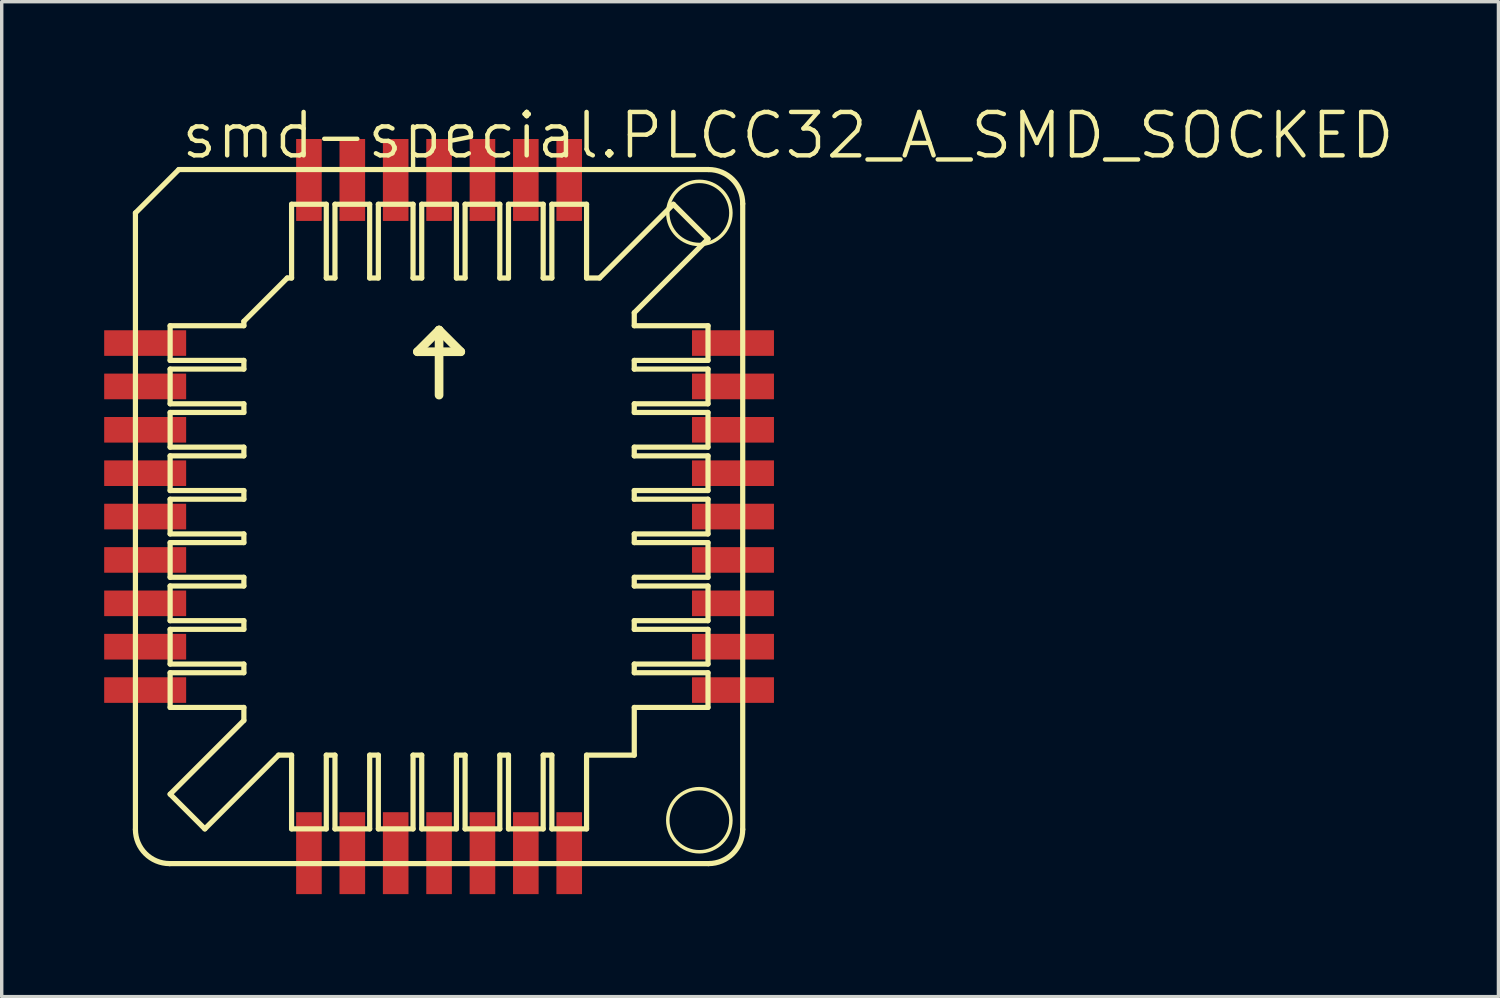
<source format=kicad_pcb>
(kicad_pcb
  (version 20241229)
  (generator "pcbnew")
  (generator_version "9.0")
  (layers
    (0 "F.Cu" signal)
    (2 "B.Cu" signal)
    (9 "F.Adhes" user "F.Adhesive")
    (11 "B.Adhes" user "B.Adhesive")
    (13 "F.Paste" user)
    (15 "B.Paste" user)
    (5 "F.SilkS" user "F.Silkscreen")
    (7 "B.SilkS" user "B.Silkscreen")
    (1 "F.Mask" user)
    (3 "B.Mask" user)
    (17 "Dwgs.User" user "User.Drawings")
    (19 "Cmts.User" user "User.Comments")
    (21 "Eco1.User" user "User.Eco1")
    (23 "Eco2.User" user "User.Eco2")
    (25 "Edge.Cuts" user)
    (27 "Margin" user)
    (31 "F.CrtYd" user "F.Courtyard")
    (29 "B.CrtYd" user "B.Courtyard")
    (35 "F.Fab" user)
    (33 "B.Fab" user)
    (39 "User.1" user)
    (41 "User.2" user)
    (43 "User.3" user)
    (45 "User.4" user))
  (footprint "smd-special.PLCC32_A_SMD_SOCKED"
    (layer "F.Cu")
    (at 9.805 12.074)
    (property "Reference" "smd-special.PLCC32_A_SMD_SOCKED" (at -7.62 -10.414 0) (layer "F.SilkS") (effects (font (size 1.27 1.27) (thickness 0.13)) (justify left bottom)))
    (attr smd)
    (fp_line (start -8.89 -8.89) (end -8.89 9.16) (stroke (width 0.152) (type default)) (layer "F.SilkS"))
    (fp_line (start -7.89 10.16) (end 7.89 10.16) (stroke (width 0.152) (type default)) (layer "F.SilkS"))
    (fp_line (start -7.874 -4.572) (end -7.874 -5.588) (stroke (width 0.152) (type default)) (layer "F.SilkS"))
    (fp_line (start -7.874 -4.572) (end -5.715 -4.572) (stroke (width 0.152) (type default)) (layer "F.SilkS"))
    (fp_line (start -7.874 -3.302) (end -7.874 -4.318) (stroke (width 0.152) (type default)) (layer "F.SilkS"))
    (fp_line (start -7.874 -3.302) (end -5.715 -3.302) (stroke (width 0.152) (type default)) (layer "F.SilkS"))
    (fp_line (start -7.874 -2.032) (end -7.874 -3.048) (stroke (width 0.152) (type default)) (layer "F.SilkS"))
    (fp_line (start -7.874 -2.032) (end -5.715 -2.032) (stroke (width 0.152) (type default)) (layer "F.SilkS"))
    (fp_line (start -7.874 -0.762) (end -7.874 -1.778) (stroke (width 0.152) (type default)) (layer "F.SilkS"))
    (fp_line (start -7.874 -0.762) (end -5.715 -0.762) (stroke (width 0.152) (type default)) (layer "F.SilkS"))
    (fp_line (start -7.874 0.508) (end -7.874 -0.508) (stroke (width 0.152) (type default)) (layer "F.SilkS"))
    (fp_line (start -7.874 0.508) (end -5.715 0.508) (stroke (width 0.152) (type default)) (layer "F.SilkS"))
    (fp_line (start -7.874 1.778) (end -7.874 0.762) (stroke (width 0.152) (type default)) (layer "F.SilkS"))
    (fp_line (start -7.874 1.778) (end -5.715 1.778) (stroke (width 0.152) (type default)) (layer "F.SilkS"))
    (fp_line (start -7.874 3.048) (end -7.874 2.032) (stroke (width 0.152) (type default)) (layer "F.SilkS"))
    (fp_line (start -7.874 3.048) (end -5.715 3.048) (stroke (width 0.152) (type default)) (layer "F.SilkS"))
    (fp_line (start -7.874 4.318) (end -7.874 3.302) (stroke (width 0.152) (type default)) (layer "F.SilkS"))
    (fp_line (start -7.874 4.318) (end -5.715 4.318) (stroke (width 0.152) (type default)) (layer "F.SilkS"))
    (fp_line (start -7.874 5.588) (end -7.874 4.572) (stroke (width 0.152) (type default)) (layer "F.SilkS"))
    (fp_line (start -7.874 5.588) (end -5.715 5.588) (stroke (width 0.152) (type default)) (layer "F.SilkS"))
    (fp_line (start -7.874 8.128) (end -5.715 5.969) (stroke (width 0.152) (type default)) (layer "F.SilkS"))
    (fp_line (start -7.62 -10.16) (end -8.89 -8.89) (stroke (width 0.152) (type default)) (layer "F.SilkS"))
    (fp_line (start -6.858 9.144) (end -7.874 8.128) (stroke (width 0.152) (type default)) (layer "F.SilkS"))
    (fp_line (start -6.858 9.144) (end -4.699 6.985) (stroke (width 0.152) (type default)) (layer "F.SilkS"))
    (fp_line (start -5.715 -5.715) (end -4.445 -6.985) (stroke (width 0.152) (type default)) (layer "F.SilkS"))
    (fp_line (start -5.715 -5.588) (end -7.874 -5.588) (stroke (width 0.152) (type default)) (layer "F.SilkS"))
    (fp_line (start -5.715 -5.588) (end -5.715 -5.715) (stroke (width 0.152) (type default)) (layer "F.SilkS"))
    (fp_line (start -5.715 -4.318) (end -7.874 -4.318) (stroke (width 0.152) (type default)) (layer "F.SilkS"))
    (fp_line (start -5.715 -4.318) (end -5.715 -4.572) (stroke (width 0.152) (type default)) (layer "F.SilkS"))
    (fp_line (start -5.715 -3.048) (end -7.874 -3.048) (stroke (width 0.152) (type default)) (layer "F.SilkS"))
    (fp_line (start -5.715 -3.048) (end -5.715 -3.302) (stroke (width 0.152) (type default)) (layer "F.SilkS"))
    (fp_line (start -5.715 -1.778) (end -7.874 -1.778) (stroke (width 0.152) (type default)) (layer "F.SilkS"))
    (fp_line (start -5.715 -1.778) (end -5.715 -2.032) (stroke (width 0.152) (type default)) (layer "F.SilkS"))
    (fp_line (start -5.715 -0.508) (end -7.874 -0.508) (stroke (width 0.152) (type default)) (layer "F.SilkS"))
    (fp_line (start -5.715 -0.508) (end -5.715 -0.762) (stroke (width 0.152) (type default)) (layer "F.SilkS"))
    (fp_line (start -5.715 0.762) (end -7.874 0.762) (stroke (width 0.152) (type default)) (layer "F.SilkS"))
    (fp_line (start -5.715 0.762) (end -5.715 0.508) (stroke (width 0.152) (type default)) (layer "F.SilkS"))
    (fp_line (start -5.715 2.032) (end -7.874 2.032) (stroke (width 0.152) (type default)) (layer "F.SilkS"))
    (fp_line (start -5.715 2.032) (end -5.715 1.778) (stroke (width 0.152) (type default)) (layer "F.SilkS"))
    (fp_line (start -5.715 3.302) (end -7.874 3.302) (stroke (width 0.152) (type default)) (layer "F.SilkS"))
    (fp_line (start -5.715 3.302) (end -5.715 3.048) (stroke (width 0.152) (type default)) (layer "F.SilkS"))
    (fp_line (start -5.715 4.572) (end -7.874 4.572) (stroke (width 0.152) (type default)) (layer "F.SilkS"))
    (fp_line (start -5.715 4.572) (end -5.715 4.318) (stroke (width 0.152) (type default)) (layer "F.SilkS"))
    (fp_line (start -5.715 5.969) (end -5.715 5.588) (stroke (width 0.152) (type default)) (layer "F.SilkS"))
    (fp_line (start -4.699 6.985) (end -4.318 6.985) (stroke (width 0.152) (type default)) (layer "F.SilkS"))
    (fp_line (start -4.318 -6.985) (end -4.445 -6.985) (stroke (width 0.152) (type default)) (layer "F.SilkS"))
    (fp_line (start -4.318 -6.985) (end -4.318 -9.144) (stroke (width 0.152) (type default)) (layer "F.SilkS"))
    (fp_line (start -4.318 9.144) (end -4.318 6.985) (stroke (width 0.152) (type default)) (layer "F.SilkS"))
    (fp_line (start -4.318 9.144) (end -3.302 9.144) (stroke (width 0.152) (type default)) (layer "F.SilkS"))
    (fp_line (start -3.302 -9.144) (end -4.318 -9.144) (stroke (width 0.152) (type default)) (layer "F.SilkS"))
    (fp_line (start -3.302 -9.144) (end -3.302 -6.985) (stroke (width 0.152) (type default)) (layer "F.SilkS"))
    (fp_line (start -3.302 6.985) (end -3.302 9.144) (stroke (width 0.152) (type default)) (layer "F.SilkS"))
    (fp_line (start -3.302 6.985) (end -3.048 6.985) (stroke (width 0.152) (type default)) (layer "F.SilkS"))
    (fp_line (start -3.048 -6.985) (end -3.302 -6.985) (stroke (width 0.152) (type default)) (layer "F.SilkS"))
    (fp_line (start -3.048 -6.985) (end -3.048 -9.144) (stroke (width 0.152) (type default)) (layer "F.SilkS"))
    (fp_line (start -3.048 9.144) (end -3.048 6.985) (stroke (width 0.152) (type default)) (layer "F.SilkS"))
    (fp_line (start -3.048 9.144) (end -2.032 9.144) (stroke (width 0.152) (type default)) (layer "F.SilkS"))
    (fp_line (start -2.032 -9.144) (end -3.048 -9.144) (stroke (width 0.152) (type default)) (layer "F.SilkS"))
    (fp_line (start -2.032 -9.144) (end -2.032 -6.985) (stroke (width 0.152) (type default)) (layer "F.SilkS"))
    (fp_line (start -2.032 6.985) (end -2.032 9.144) (stroke (width 0.152) (type default)) (layer "F.SilkS"))
    (fp_line (start -2.032 6.985) (end -1.778 6.985) (stroke (width 0.152) (type default)) (layer "F.SilkS"))
    (fp_line (start -1.778 -6.985) (end -2.032 -6.985) (stroke (width 0.152) (type default)) (layer "F.SilkS"))
    (fp_line (start -1.778 -6.985) (end -1.778 -9.144) (stroke (width 0.152) (type default)) (layer "F.SilkS"))
    (fp_line (start -1.778 9.144) (end -1.778 6.985) (stroke (width 0.152) (type default)) (layer "F.SilkS"))
    (fp_line (start -1.778 9.144) (end -0.762 9.144) (stroke (width 0.152) (type default)) (layer "F.SilkS"))
    (fp_line (start -0.762 -9.144) (end -1.778 -9.144) (stroke (width 0.152) (type default)) (layer "F.SilkS"))
    (fp_line (start -0.762 -9.144) (end -0.762 -6.985) (stroke (width 0.152) (type default)) (layer "F.SilkS"))
    (fp_line (start -0.762 6.985) (end -0.762 9.144) (stroke (width 0.152) (type default)) (layer "F.SilkS"))
    (fp_line (start -0.762 6.985) (end -0.508 6.985) (stroke (width 0.152) (type default)) (layer "F.SilkS"))
    (fp_line (start -0.635 -4.826) (end 0 -5.461) (stroke (width 0.254) (type default)) (layer "F.SilkS"))
    (fp_line (start -0.508 -6.985) (end -0.762 -6.985) (stroke (width 0.152) (type default)) (layer "F.SilkS"))
    (fp_line (start -0.508 -6.985) (end -0.508 -9.144) (stroke (width 0.152) (type default)) (layer "F.SilkS"))
    (fp_line (start -0.508 9.144) (end -0.508 6.985) (stroke (width 0.152) (type default)) (layer "F.SilkS"))
    (fp_line (start -0.508 9.144) (end 0.508 9.144) (stroke (width 0.152) (type default)) (layer "F.SilkS"))
    (fp_line (start 0 -5.461) (end 0 -3.556) (stroke (width 0.254) (type default)) (layer "F.SilkS"))
    (fp_line (start 0 -5.461) (end 0.635 -4.826) (stroke (width 0.254) (type default)) (layer "F.SilkS"))
    (fp_line (start 0.508 -9.144) (end -0.508 -9.144) (stroke (width 0.152) (type default)) (layer "F.SilkS"))
    (fp_line (start 0.508 -9.144) (end 0.508 -6.985) (stroke (width 0.152) (type default)) (layer "F.SilkS"))
    (fp_line (start 0.508 6.985) (end 0.508 9.144) (stroke (width 0.152) (type default)) (layer "F.SilkS"))
    (fp_line (start 0.508 6.985) (end 0.762 6.985) (stroke (width 0.152) (type default)) (layer "F.SilkS"))
    (fp_line (start 0.635 -4.826) (end -0.635 -4.826) (stroke (width 0.254) (type default)) (layer "F.SilkS"))
    (fp_line (start 0.762 -6.985) (end 0.508 -6.985) (stroke (width 0.152) (type default)) (layer "F.SilkS"))
    (fp_line (start 0.762 -6.985) (end 0.762 -9.144) (stroke (width 0.152) (type default)) (layer "F.SilkS"))
    (fp_line (start 0.762 9.144) (end 0.762 6.985) (stroke (width 0.152) (type default)) (layer "F.SilkS"))
    (fp_line (start 0.762 9.144) (end 1.778 9.144) (stroke (width 0.152) (type default)) (layer "F.SilkS"))
    (fp_line (start 1.778 -9.144) (end 0.762 -9.144) (stroke (width 0.152) (type default)) (layer "F.SilkS"))
    (fp_line (start 1.778 -9.144) (end 1.778 -6.985) (stroke (width 0.152) (type default)) (layer "F.SilkS"))
    (fp_line (start 1.778 6.985) (end 1.778 9.144) (stroke (width 0.152) (type default)) (layer "F.SilkS"))
    (fp_line (start 1.778 6.985) (end 2.032 6.985) (stroke (width 0.152) (type default)) (layer "F.SilkS"))
    (fp_line (start 2.032 -6.985) (end 1.778 -6.985) (stroke (width 0.152) (type default)) (layer "F.SilkS"))
    (fp_line (start 2.032 -6.985) (end 2.032 -9.144) (stroke (width 0.152) (type default)) (layer "F.SilkS"))
    (fp_line (start 2.032 9.144) (end 2.032 6.985) (stroke (width 0.152) (type default)) (layer "F.SilkS"))
    (fp_line (start 2.032 9.144) (end 3.048 9.144) (stroke (width 0.152) (type default)) (layer "F.SilkS"))
    (fp_line (start 3.048 -9.144) (end 2.032 -9.144) (stroke (width 0.152) (type default)) (layer "F.SilkS"))
    (fp_line (start 3.048 -9.144) (end 3.048 -6.985) (stroke (width 0.152) (type default)) (layer "F.SilkS"))
    (fp_line (start 3.048 6.985) (end 3.048 9.144) (stroke (width 0.152) (type default)) (layer "F.SilkS"))
    (fp_line (start 3.048 6.985) (end 3.302 6.985) (stroke (width 0.152) (type default)) (layer "F.SilkS"))
    (fp_line (start 3.302 -6.985) (end 3.048 -6.985) (stroke (width 0.152) (type default)) (layer "F.SilkS"))
    (fp_line (start 3.302 -6.985) (end 3.302 -9.144) (stroke (width 0.152) (type default)) (layer "F.SilkS"))
    (fp_line (start 3.302 9.144) (end 3.302 6.985) (stroke (width 0.152) (type default)) (layer "F.SilkS"))
    (fp_line (start 3.302 9.144) (end 4.318 9.144) (stroke (width 0.152) (type default)) (layer "F.SilkS"))
    (fp_line (start 4.318 -9.144) (end 3.302 -9.144) (stroke (width 0.152) (type default)) (layer "F.SilkS"))
    (fp_line (start 4.318 -9.144) (end 4.318 -6.985) (stroke (width 0.152) (type default)) (layer "F.SilkS"))
    (fp_line (start 4.318 6.985) (end 4.318 9.144) (stroke (width 0.152) (type default)) (layer "F.SilkS"))
    (fp_line (start 4.318 6.985) (end 5.715 6.985) (stroke (width 0.152) (type default)) (layer "F.SilkS"))
    (fp_line (start 4.699 -6.985) (end 4.318 -6.985) (stroke (width 0.152) (type default)) (layer "F.SilkS"))
    (fp_line (start 5.715 -5.969) (end 5.715 -5.588) (stroke (width 0.152) (type default)) (layer "F.SilkS"))
    (fp_line (start 5.715 -4.572) (end 5.715 -4.318) (stroke (width 0.152) (type default)) (layer "F.SilkS"))
    (fp_line (start 5.715 -4.572) (end 7.874 -4.572) (stroke (width 0.152) (type default)) (layer "F.SilkS"))
    (fp_line (start 5.715 -3.302) (end 5.715 -3.048) (stroke (width 0.152) (type default)) (layer "F.SilkS"))
    (fp_line (start 5.715 -3.302) (end 7.874 -3.302) (stroke (width 0.152) (type default)) (layer "F.SilkS"))
    (fp_line (start 5.715 -2.032) (end 5.715 -1.778) (stroke (width 0.152) (type default)) (layer "F.SilkS"))
    (fp_line (start 5.715 -2.032) (end 7.874 -2.032) (stroke (width 0.152) (type default)) (layer "F.SilkS"))
    (fp_line (start 5.715 -0.762) (end 5.715 -0.508) (stroke (width 0.152) (type default)) (layer "F.SilkS"))
    (fp_line (start 5.715 -0.762) (end 7.874 -0.762) (stroke (width 0.152) (type default)) (layer "F.SilkS"))
    (fp_line (start 5.715 0.508) (end 5.715 0.762) (stroke (width 0.152) (type default)) (layer "F.SilkS"))
    (fp_line (start 5.715 0.508) (end 7.874 0.508) (stroke (width 0.152) (type default)) (layer "F.SilkS"))
    (fp_line (start 5.715 1.778) (end 5.715 2.032) (stroke (width 0.152) (type default)) (layer "F.SilkS"))
    (fp_line (start 5.715 1.778) (end 7.874 1.778) (stroke (width 0.152) (type default)) (layer "F.SilkS"))
    (fp_line (start 5.715 3.048) (end 5.715 3.302) (stroke (width 0.152) (type default)) (layer "F.SilkS"))
    (fp_line (start 5.715 3.048) (end 7.874 3.048) (stroke (width 0.152) (type default)) (layer "F.SilkS"))
    (fp_line (start 5.715 4.318) (end 5.715 4.572) (stroke (width 0.152) (type default)) (layer "F.SilkS"))
    (fp_line (start 5.715 4.318) (end 7.874 4.318) (stroke (width 0.152) (type default)) (layer "F.SilkS"))
    (fp_line (start 5.715 5.588) (end 5.715 6.985) (stroke (width 0.152) (type default)) (layer "F.SilkS"))
    (fp_line (start 5.715 5.588) (end 7.874 5.588) (stroke (width 0.152) (type default)) (layer "F.SilkS"))
    (fp_line (start 6.858 -9.144) (end 4.699 -6.985) (stroke (width 0.152) (type default)) (layer "F.SilkS"))
    (fp_line (start 7.874 -8.128) (end 5.715 -5.969) (stroke (width 0.152) (type default)) (layer "F.SilkS"))
    (fp_line (start 7.874 -8.128) (end 6.858 -9.144) (stroke (width 0.152) (type default)) (layer "F.SilkS"))
    (fp_line (start 7.874 -5.588) (end 5.715 -5.588) (stroke (width 0.152) (type default)) (layer "F.SilkS"))
    (fp_line (start 7.874 -5.588) (end 7.874 -4.572) (stroke (width 0.152) (type default)) (layer "F.SilkS"))
    (fp_line (start 7.874 -4.318) (end 5.715 -4.318) (stroke (width 0.152) (type default)) (layer "F.SilkS"))
    (fp_line (start 7.874 -4.318) (end 7.874 -3.302) (stroke (width 0.152) (type default)) (layer "F.SilkS"))
    (fp_line (start 7.874 -3.048) (end 5.715 -3.048) (stroke (width 0.152) (type default)) (layer "F.SilkS"))
    (fp_line (start 7.874 -3.048) (end 7.874 -2.032) (stroke (width 0.152) (type default)) (layer "F.SilkS"))
    (fp_line (start 7.874 -1.778) (end 5.715 -1.778) (stroke (width 0.152) (type default)) (layer "F.SilkS"))
    (fp_line (start 7.874 -1.778) (end 7.874 -0.762) (stroke (width 0.152) (type default)) (layer "F.SilkS"))
    (fp_line (start 7.874 -0.508) (end 5.715 -0.508) (stroke (width 0.152) (type default)) (layer "F.SilkS"))
    (fp_line (start 7.874 -0.508) (end 7.874 0.508) (stroke (width 0.152) (type default)) (layer "F.SilkS"))
    (fp_line (start 7.874 0.762) (end 5.715 0.762) (stroke (width 0.152) (type default)) (layer "F.SilkS"))
    (fp_line (start 7.874 0.762) (end 7.874 1.778) (stroke (width 0.152) (type default)) (layer "F.SilkS"))
    (fp_line (start 7.874 2.032) (end 5.715 2.032) (stroke (width 0.152) (type default)) (layer "F.SilkS"))
    (fp_line (start 7.874 2.032) (end 7.874 3.048) (stroke (width 0.152) (type default)) (layer "F.SilkS"))
    (fp_line (start 7.874 3.302) (end 5.715 3.302) (stroke (width 0.152) (type default)) (layer "F.SilkS"))
    (fp_line (start 7.874 3.302) (end 7.874 4.318) (stroke (width 0.152) (type default)) (layer "F.SilkS"))
    (fp_line (start 7.874 4.572) (end 5.715 4.572) (stroke (width 0.152) (type default)) (layer "F.SilkS"))
    (fp_line (start 7.874 4.572) (end 7.874 5.588) (stroke (width 0.152) (type default)) (layer "F.SilkS"))
    (fp_line (start 7.89 -10.16) (end -7.62 -10.16) (stroke (width 0.152) (type default)) (layer "F.SilkS"))
    (fp_line (start 8.89 9.16) (end 8.89 -9.16) (stroke (width 0.152) (type default)) (layer "F.SilkS"))
    (fp_arc (start -7.89 10.16) (mid -8.597107 9.867107) (end -8.89 9.16) (stroke (width 0.1524) (type default)) (layer "F.SilkS"))
    (fp_arc (start 7.89 -10.16) (mid 8.597107 -9.867107) (end 8.89 -9.16) (stroke (width 0.1524) (type default)) (layer "F.SilkS"))
    (fp_arc (start 8.89 9.16) (mid 8.597107 9.867107) (end 7.89 10.16) (stroke (width 0.1524) (type default)) (layer "F.SilkS"))
    (fp_circle (center 7.62 -8.89) (end 8.544 -8.89) (stroke (width 0.102) (type default)) (fill no) (layer "F.SilkS"))
    (fp_circle (center 7.62 8.89) (end 8.544 8.89) (stroke (width 0.102) (type default)) (fill no) (layer "F.SilkS"))
    (pad "1" smd roundrect (at 0 -9.855) (size 0.75 2.4) (layers "F.Cu" "F.Mask" "F.Paste") (roundrect_rratio 0.01))
    (pad "2" smd roundrect (at -1.27 -9.855) (size 0.75 2.4) (layers "F.Cu" "F.Mask" "F.Paste") (roundrect_rratio 0.01))
    (pad "3" smd roundrect (at -2.54 -9.855) (size 0.75 2.4) (layers "F.Cu" "F.Mask" "F.Paste") (roundrect_rratio 0.01))
    (pad "4" smd roundrect (at -3.81 -9.855) (size 0.75 2.4) (layers "F.Cu" "F.Mask" "F.Paste") (roundrect_rratio 0.01))
    (pad "5" smd roundrect (at -8.605 -5.08) (size 2.4 0.75) (layers "F.Cu" "F.Mask" "F.Paste") (roundrect_rratio 0.01))
    (pad "6" smd roundrect (at -8.605 -3.81) (size 2.4 0.75) (layers "F.Cu" "F.Mask" "F.Paste") (roundrect_rratio 0.01))
    (pad "7" smd roundrect (at -8.605 -2.54) (size 2.4 0.75) (layers "F.Cu" "F.Mask" "F.Paste") (roundrect_rratio 0.01))
    (pad "8" smd roundrect (at -8.605 -1.27) (size 2.4 0.75) (layers "F.Cu" "F.Mask" "F.Paste") (roundrect_rratio 0.01))
    (pad "9" smd roundrect (at -8.605 0) (size 2.4 0.75) (layers "F.Cu" "F.Mask" "F.Paste") (roundrect_rratio 0.01))
    (pad "10" smd roundrect (at -8.605 1.27) (size 2.4 0.75) (layers "F.Cu" "F.Mask" "F.Paste") (roundrect_rratio 0.01))
    (pad "11" smd roundrect (at -8.605 2.54) (size 2.4 0.75) (layers "F.Cu" "F.Mask" "F.Paste") (roundrect_rratio 0.01))
    (pad "12" smd roundrect (at -8.605 3.81) (size 2.4 0.75) (layers "F.Cu" "F.Mask" "F.Paste") (roundrect_rratio 0.01))
    (pad "13" smd roundrect (at -8.605 5.08) (size 2.4 0.75) (layers "F.Cu" "F.Mask" "F.Paste") (roundrect_rratio 0.01))
    (pad "14" smd roundrect (at -3.81 9.855) (size 0.75 2.4) (layers "F.Cu" "F.Mask" "F.Paste") (roundrect_rratio 0.01))
    (pad "15" smd roundrect (at -2.54 9.855) (size 0.75 2.4) (layers "F.Cu" "F.Mask" "F.Paste") (roundrect_rratio 0.01))
    (pad "16" smd roundrect (at -1.27 9.855) (size 0.75 2.4) (layers "F.Cu" "F.Mask" "F.Paste") (roundrect_rratio 0.01))
    (pad "17" smd roundrect (at 0 9.855) (size 0.75 2.4) (layers "F.Cu" "F.Mask" "F.Paste") (roundrect_rratio 0.01))
    (pad "18" smd roundrect (at 1.27 9.855) (size 0.75 2.4) (layers "F.Cu" "F.Mask" "F.Paste") (roundrect_rratio 0.01))
    (pad "19" smd roundrect (at 2.54 9.855) (size 0.75 2.4) (layers "F.Cu" "F.Mask" "F.Paste") (roundrect_rratio 0.01))
    (pad "20" smd roundrect (at 3.81 9.855) (size 0.75 2.4) (layers "F.Cu" "F.Mask" "F.Paste") (roundrect_rratio 0.01))
    (pad "21" smd roundrect (at 8.605 5.08) (size 2.4 0.75) (layers "F.Cu" "F.Mask" "F.Paste") (roundrect_rratio 0.01))
    (pad "22" smd roundrect (at 8.605 3.81) (size 2.4 0.75) (layers "F.Cu" "F.Mask" "F.Paste") (roundrect_rratio 0.01))
    (pad "23" smd roundrect (at 8.605 2.54) (size 2.4 0.75) (layers "F.Cu" "F.Mask" "F.Paste") (roundrect_rratio 0.01))
    (pad "24" smd roundrect (at 8.605 1.27) (size 2.4 0.75) (layers "F.Cu" "F.Mask" "F.Paste") (roundrect_rratio 0.01))
    (pad "25" smd roundrect (at 8.605 0) (size 2.4 0.75) (layers "F.Cu" "F.Mask" "F.Paste") (roundrect_rratio 0.01))
    (pad "26" smd roundrect (at 8.605 -1.27) (size 2.4 0.75) (layers "F.Cu" "F.Mask" "F.Paste") (roundrect_rratio 0.01))
    (pad "27" smd roundrect (at 8.605 -2.54) (size 2.4 0.75) (layers "F.Cu" "F.Mask" "F.Paste") (roundrect_rratio 0.01))
    (pad "28" smd roundrect (at 8.605 -3.81) (size 2.4 0.75) (layers "F.Cu" "F.Mask" "F.Paste") (roundrect_rratio 0.01))
    (pad "29" smd roundrect (at 8.605 -5.08) (size 2.4 0.75) (layers "F.Cu" "F.Mask" "F.Paste") (roundrect_rratio 0.01))
    (pad "30" smd roundrect (at 3.81 -9.855) (size 0.75 2.4) (layers "F.Cu" "F.Mask" "F.Paste") (roundrect_rratio 0.01))
    (pad "31" smd roundrect (at 2.54 -9.855) (size 0.75 2.4) (layers "F.Cu" "F.Mask" "F.Paste") (roundrect_rratio 0.01))
    (pad "32" smd roundrect (at 1.27 -9.855) (size 0.75 2.4) (layers "F.Cu" "F.Mask" "F.Paste") (roundrect_rratio 0.01)))
  (gr_rect
    (start -3 -3)
    (end 40.821 26.129)
    (stroke (width 0.1) (type default))
    (fill no)
    (layer "Edge.Cuts")))
</source>
